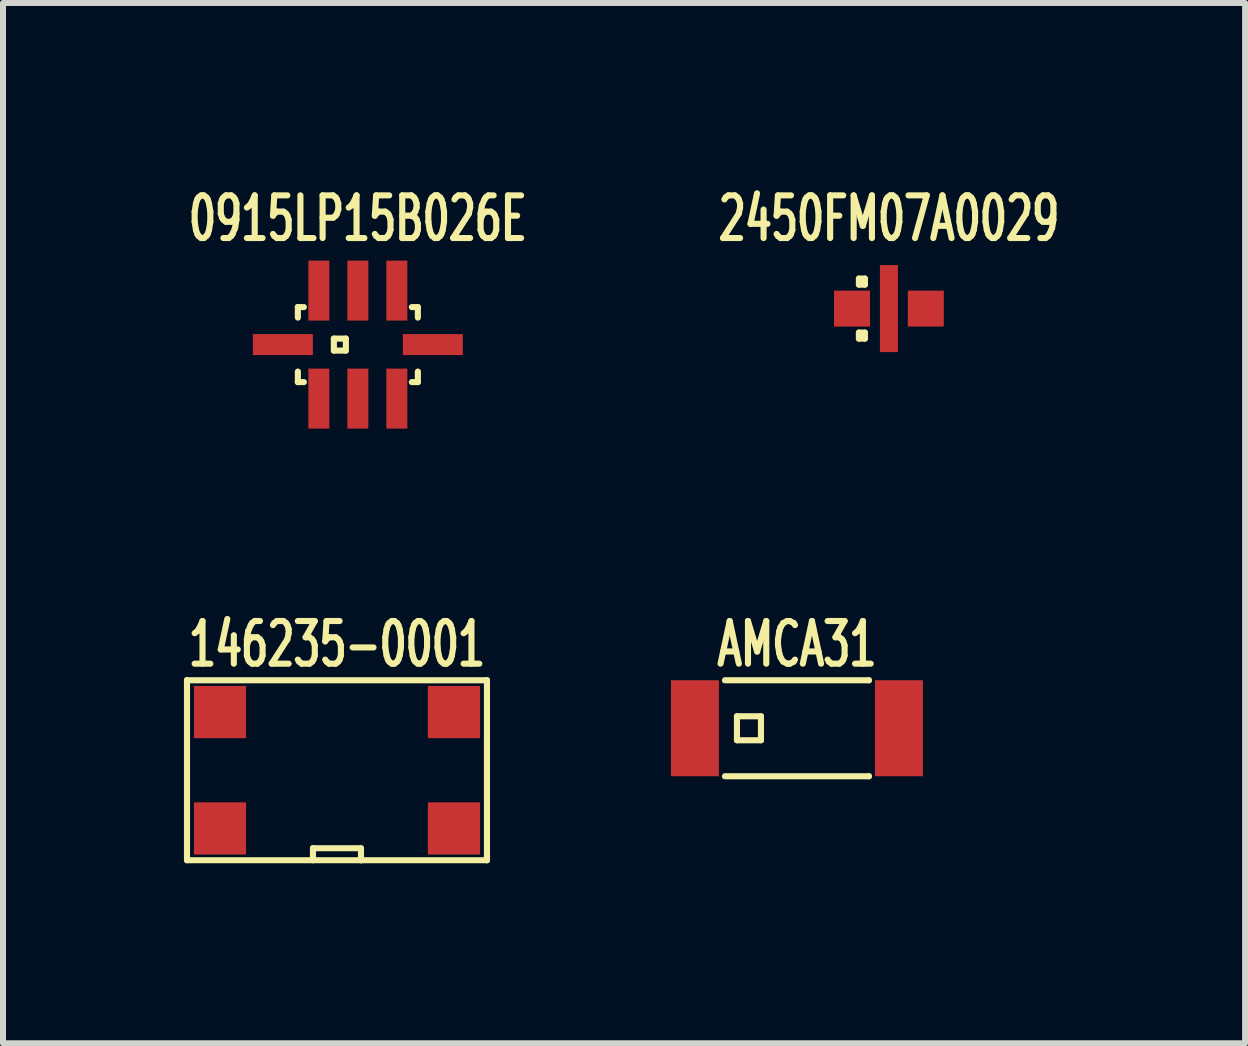
<source format=kicad_pcb>
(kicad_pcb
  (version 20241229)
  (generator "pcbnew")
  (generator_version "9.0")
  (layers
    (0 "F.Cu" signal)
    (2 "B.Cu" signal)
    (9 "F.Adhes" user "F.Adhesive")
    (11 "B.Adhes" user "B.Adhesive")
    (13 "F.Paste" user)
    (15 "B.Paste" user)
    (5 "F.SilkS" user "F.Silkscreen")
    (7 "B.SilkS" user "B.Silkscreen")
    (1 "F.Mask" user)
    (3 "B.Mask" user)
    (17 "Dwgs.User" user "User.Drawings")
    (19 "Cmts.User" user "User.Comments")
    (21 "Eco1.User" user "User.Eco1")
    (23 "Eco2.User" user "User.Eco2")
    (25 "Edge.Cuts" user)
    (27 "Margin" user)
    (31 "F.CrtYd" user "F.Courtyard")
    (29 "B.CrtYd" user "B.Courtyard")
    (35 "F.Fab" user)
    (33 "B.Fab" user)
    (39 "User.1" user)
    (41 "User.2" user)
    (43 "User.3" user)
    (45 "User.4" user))
  (footprint "0915LP15B026E"
    (layer "F.Cu")
    (at 2.915 2.694)
    (property "Reference" "0915LP15B026E" (at 0 -2.1 0) (layer "F.SilkS") (effects (font (size 0.711 0.457) (thickness 0.102))))
    (attr through_hole)
    (fp_line (start -1 -0.625) (end -1 -0.45) (stroke (width 0.102) (type solid)) (layer "F.SilkS"))
    (fp_line (start -1 -0.625) (end -0.9 -0.625) (stroke (width 0.102) (type solid)) (layer "F.SilkS"))
    (fp_line (start -1 0.625) (end -1 0.45) (stroke (width 0.102) (type solid)) (layer "F.SilkS"))
    (fp_line (start -1 0.625) (end -0.9 0.625) (stroke (width 0.102) (type solid)) (layer "F.SilkS"))
    (fp_line (start -0.4 -0.1) (end -0.2 -0.1) (stroke (width 0.102) (type solid)) (layer "F.SilkS"))
    (fp_line (start -0.4 0.1) (end -0.4 -0.1) (stroke (width 0.102) (type solid)) (layer "F.SilkS"))
    (fp_line (start -0.2 -0.1) (end -0.2 0.1) (stroke (width 0.102) (type solid)) (layer "F.SilkS"))
    (fp_line (start -0.2 0.1) (end -0.4 0.1) (stroke (width 0.102) (type solid)) (layer "F.SilkS"))
    (fp_line (start 1 -0.625) (end 0.9 -0.625) (stroke (width 0.102) (type solid)) (layer "F.SilkS"))
    (fp_line (start 1 -0.625) (end 1 -0.45) (stroke (width 0.102) (type solid)) (layer "F.SilkS"))
    (fp_line (start 1 0.625) (end 0.9 0.625) (stroke (width 0.102) (type solid)) (layer "F.SilkS"))
    (fp_line (start 1 0.625) (end 1 0.45) (stroke (width 0.102) (type solid)) (layer "F.SilkS"))
    (pad "1" smd rect (at -0.65 0.9 90) (size 1 0.35) (layers "F.Cu" "F.Mask" "F.Paste"))
    (pad "2" smd rect (at 0 0.9 90) (size 1 0.35) (layers "F.Cu" "F.Mask" "F.Paste"))
    (pad "3" smd rect (at 0.65 0.9 90) (size 1 0.35) (layers "F.Cu" "F.Mask" "F.Paste"))
    (pad "4" smd rect (at 1.25 0) (size 1 0.35) (layers "F.Cu" "F.Mask" "F.Paste"))
    (pad "5" smd rect (at 0.65 -0.9 90) (size 1 0.35) (layers "F.Cu" "F.Mask" "F.Paste"))
    (pad "6" smd rect (at 0 -0.9 90) (size 1 0.35) (layers "F.Cu" "F.Mask" "F.Paste"))
    (pad "7" smd rect (at -0.65 -0.9 90) (size 1 0.35) (layers "F.Cu" "F.Mask" "F.Paste"))
    (pad "8" smd rect (at -1.25 0) (size 1 0.35) (layers "F.Cu" "F.Mask" "F.Paste")))
  (footprint "2450FM07A0029"
    (layer "F.Cu")
    (at 11.767 2.094)
    (property "Reference" "2450FM07A0029" (at 0 -1.5 0) (layer "F.SilkS") (effects (font (size 0.711 0.457) (thickness 0.102))))
    (attr through_hole)
    (fp_line (start -0.5 -0.5) (end -0.4 -0.5) (stroke (width 0.102) (type solid)) (layer "F.SilkS"))
    (fp_line (start -0.5 -0.4) (end -0.5 -0.5) (stroke (width 0.102) (type solid)) (layer "F.SilkS"))
    (fp_line (start -0.5 0.4) (end -0.4 0.4) (stroke (width 0.102) (type solid)) (layer "F.SilkS"))
    (fp_line (start -0.5 0.5) (end -0.5 0.4) (stroke (width 0.102) (type solid)) (layer "F.SilkS"))
    (fp_line (start -0.4 -0.5) (end -0.4 -0.4) (stroke (width 0.102) (type solid)) (layer "F.SilkS"))
    (fp_line (start -0.4 -0.4) (end -0.5 -0.4) (stroke (width 0.102) (type solid)) (layer "F.SilkS"))
    (fp_line (start -0.4 0.4) (end -0.4 0.5) (stroke (width 0.102) (type solid)) (layer "F.SilkS"))
    (fp_line (start -0.4 0.5) (end -0.5 0.5) (stroke (width 0.102) (type solid)) (layer "F.SilkS"))
    (pad "1" smd rect (at -0.615 0) (size 0.6 0.6) (layers "F.Cu" "F.Mask" "F.Paste"))
    (pad "2" smd rect (at 0.615 0) (size 0.6 0.6) (layers "F.Cu" "F.Mask" "F.Paste"))
    (pad "3" smd rect (at 0 0) (size 0.3 1.45) (layers "F.Cu" "F.Mask" "F.Paste")))
  (footprint "AMCA31"
    (layer "F.Cu")
    (at 10.234 9.089)
    (property "Reference" "AMCA31" (at 0 -1.4 0) (layer "F.SilkS") (effects (font (size 0.711 0.457) (thickness 0.102))))
    (attr through_hole)
    (fp_line (start -1.2 -0.8) (end 1.2 -0.8) (stroke (width 0.102) (type solid)) (layer "F.SilkS"))
    (fp_line (start -1.2 0.8) (end 1.2 0.8) (stroke (width 0.102) (type solid)) (layer "F.SilkS"))
    (fp_line (start -1 -0.2) (end -0.6 -0.2) (stroke (width 0.102) (type solid)) (layer "F.SilkS"))
    (fp_line (start -1 0.2) (end -1 -0.2) (stroke (width 0.102) (type solid)) (layer "F.SilkS"))
    (fp_line (start -0.6 -0.2) (end -0.6 0.2) (stroke (width 0.102) (type solid)) (layer "F.SilkS"))
    (fp_line (start -0.6 0.2) (end -1 0.2) (stroke (width 0.102) (type solid)) (layer "F.SilkS"))
    (fp_line (start 1.2 -0.8) (end 1.2 -0.8) (stroke (width 0.102) (type solid)) (layer "F.SilkS"))
    (fp_line (start 1.2 0.8) (end 1.2 0.8) (stroke (width 0.102) (type solid)) (layer "F.SilkS"))
    (pad "1" smd rect (at -1.7 0) (size 0.8 1.6) (layers "F.Cu" "F.Mask" "F.Paste"))
    (pad "2" smd rect (at 1.7 0) (size 0.8 1.6) (layers "F.Cu" "F.Mask" "F.Paste")))
  (footprint "146235-0001"
    (layer "F.Cu")
    (at 2.567 9.789)
    (property "Reference" "146235-0001" (at 0 -2.1 0) (layer "F.SilkS") (effects (font (size 0.711 0.457) (thickness 0.102))))
    (attr through_hole)
    (fp_line (start -2.5 -1.5) (end -2.5 -1.5) (stroke (width 0.102) (type solid)) (layer "F.SilkS"))
    (fp_line (start -2.5 -1.5) (end 2.5 -1.5) (stroke (width 0.102) (type solid)) (layer "F.SilkS"))
    (fp_line (start -2.5 1.5) (end -2.5 -1.5) (stroke (width 0.102) (type solid)) (layer "F.SilkS"))
    (fp_line (start -0.4 1.3) (end 0.4 1.3) (stroke (width 0.102) (type solid)) (layer "F.SilkS"))
    (fp_line (start -0.4 1.5) (end -0.4 1.3) (stroke (width 0.102) (type solid)) (layer "F.SilkS"))
    (fp_line (start 0.4 1.3) (end 0.4 1.5) (stroke (width 0.102) (type solid)) (layer "F.SilkS"))
    (fp_line (start 0.4 1.5) (end 0.4 1.5) (stroke (width 0.102) (type solid)) (layer "F.SilkS"))
    (fp_line (start 2.5 -1.5) (end 2.5 1.5) (stroke (width 0.102) (type solid)) (layer "F.SilkS"))
    (fp_line (start 2.5 1.5) (end -2.5 1.5) (stroke (width 0.102) (type solid)) (layer "F.SilkS"))
    (pad "1" smd rect (at -1.95 0.97) (size 0.87 0.87) (layers "F.Cu" "F.Mask" "F.Paste"))
    (pad "2" smd rect (at 1.95 0.97) (size 0.87 0.87) (layers "F.Cu" "F.Mask" "F.Paste"))
    (pad "3" smd rect (at -1.95 -0.97) (size 0.87 0.87) (layers "F.Cu" "F.Mask" "F.Paste"))
    (pad "4" smd rect (at 1.95 -0.97) (size 0.87 0.87) (layers "F.Cu" "F.Mask" "F.Paste")))
  (gr_rect
    (start -3 -3)
    (end 17.704 14.34)
    (stroke (width 0.1) (type default))
    (fill no)
    (layer "Edge.Cuts")))
</source>
